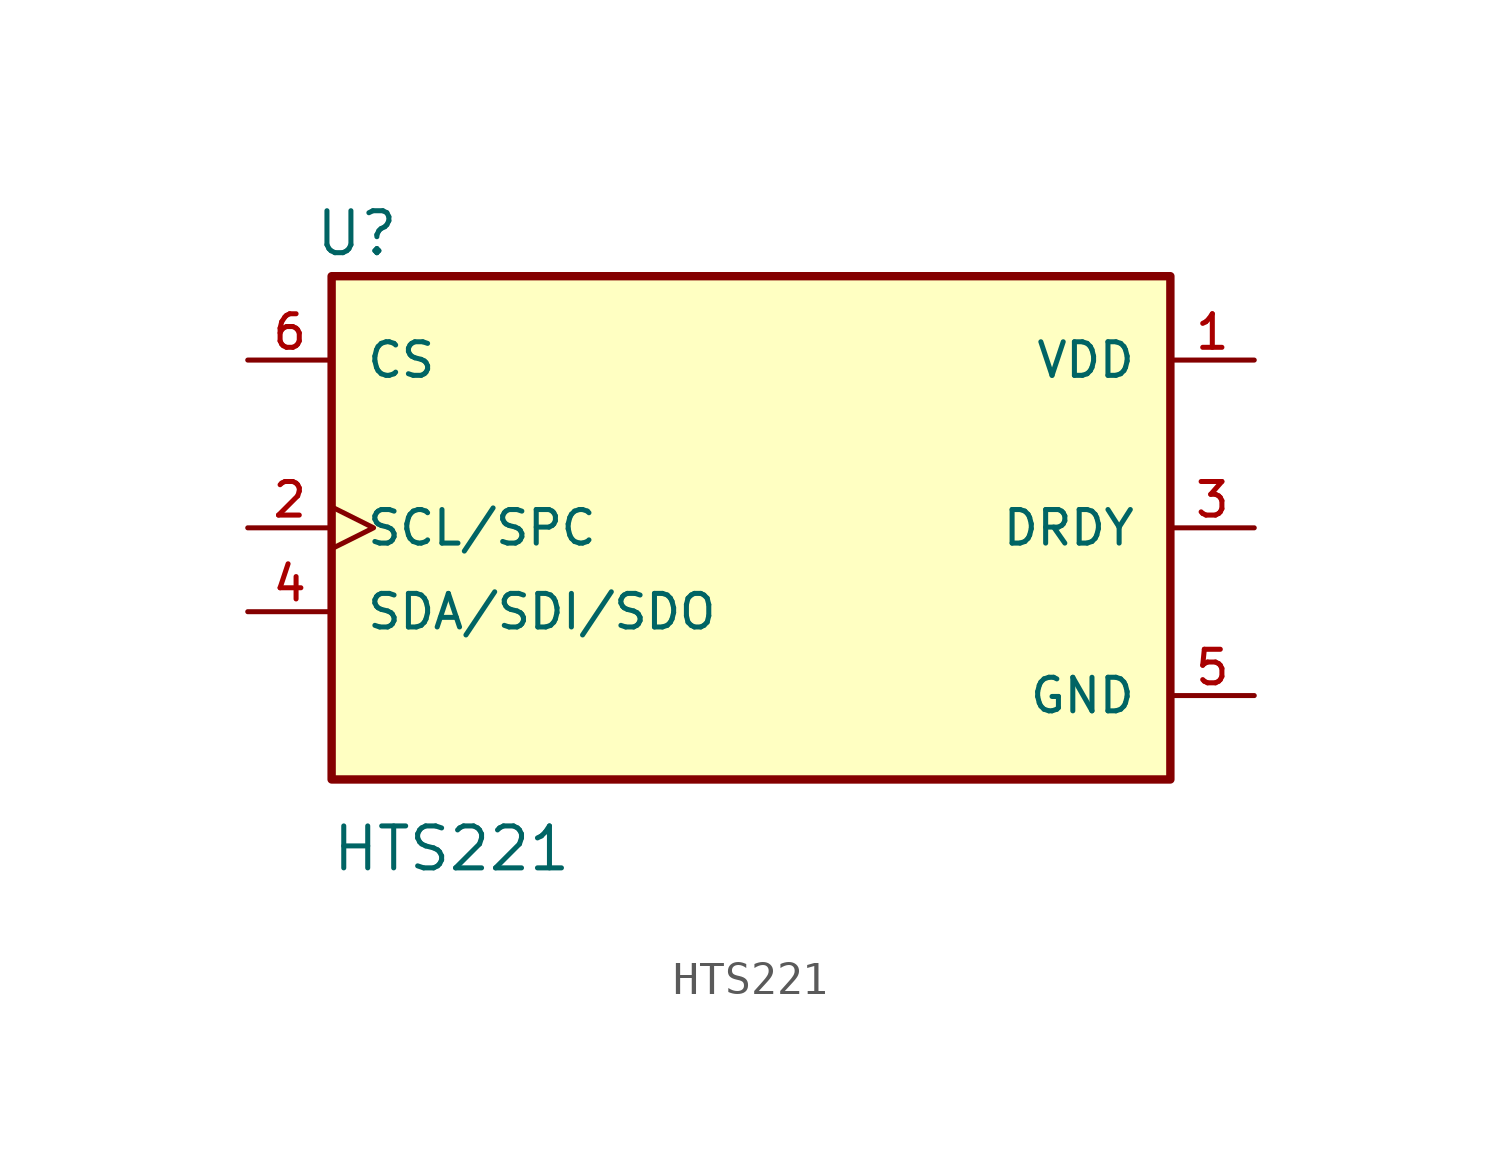
<source format=kicad_sym>
(kicad_symbol_lib
  (version 20211014)
  (generator kicad_symbol_editor)
  (symbol "HTS221"
    (pin_names
      (offset 1.016))
    (property "Reference" "U"
      (at -13.244 8.169 0)
      (effects (font (size 1.27 1.27)) (justify left bottom)))
    (property "Value" "HTS221"
      (at -12.735 -10.461 0)
      (effects (font (size 1.27 1.27)) (justify left bottom)))
    (symbol "HTS221_0_0"
      (rectangle (start -12.7 -7.62) (end 12.7 7.62) (stroke (width 0.254) (type default) (color 0 0 0 0)) (fill (type background)))
      (pin power_in line (at 15.24 5.08 180) (length 2.54) (name "VDD" (effects (font (size 1.016 1.016)))) (number "1" (effects (font (size 1.016 1.016)))))
      (pin input clock (at -15.24 0 0) (length 2.54) (name "SCL/SPC" (effects (font (size 1.016 1.016)))) (number "2" (effects (font (size 1.016 1.016)))))
      (pin output line (at 15.24 0 180) (length 2.54) (name "DRDY" (effects (font (size 1.016 1.016)))) (number "3" (effects (font (size 1.016 1.016)))))
      (pin bidirectional line (at -15.24 -2.54 0) (length 2.54) (name "SDA/SDI/SDO" (effects (font (size 1.016 1.016)))) (number "4" (effects (font (size 1.016 1.016)))))
      (pin power_in line (at 15.24 -5.08 180) (length 2.54) (name "GND" (effects (font (size 1.016 1.016)))) (number "5" (effects (font (size 1.016 1.016)))))
      (pin input line (at -15.24 5.08 0) (length 2.54) (name "CS" (effects (font (size 1.016 1.016)))) (number "6" (effects (font (size 1.016 1.016))))))))
</source>
